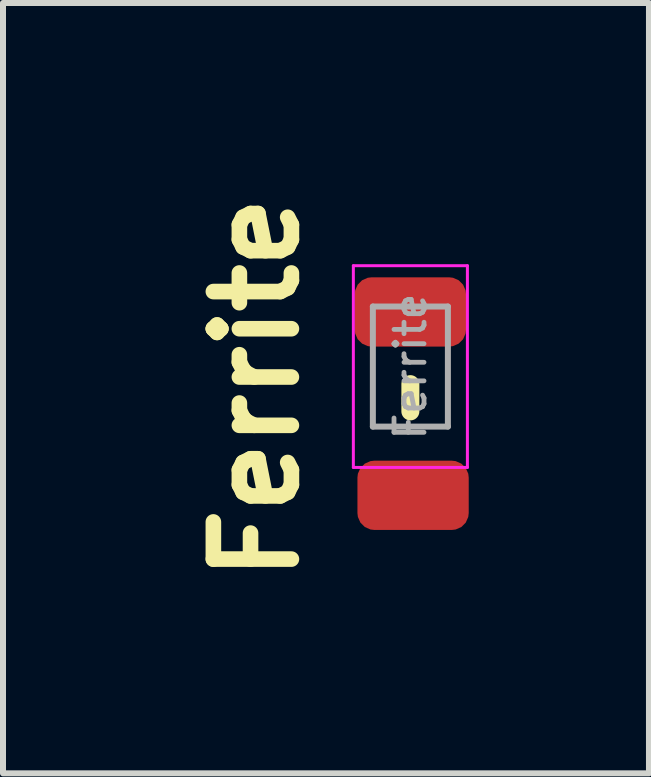
<source format=kicad_pcb>
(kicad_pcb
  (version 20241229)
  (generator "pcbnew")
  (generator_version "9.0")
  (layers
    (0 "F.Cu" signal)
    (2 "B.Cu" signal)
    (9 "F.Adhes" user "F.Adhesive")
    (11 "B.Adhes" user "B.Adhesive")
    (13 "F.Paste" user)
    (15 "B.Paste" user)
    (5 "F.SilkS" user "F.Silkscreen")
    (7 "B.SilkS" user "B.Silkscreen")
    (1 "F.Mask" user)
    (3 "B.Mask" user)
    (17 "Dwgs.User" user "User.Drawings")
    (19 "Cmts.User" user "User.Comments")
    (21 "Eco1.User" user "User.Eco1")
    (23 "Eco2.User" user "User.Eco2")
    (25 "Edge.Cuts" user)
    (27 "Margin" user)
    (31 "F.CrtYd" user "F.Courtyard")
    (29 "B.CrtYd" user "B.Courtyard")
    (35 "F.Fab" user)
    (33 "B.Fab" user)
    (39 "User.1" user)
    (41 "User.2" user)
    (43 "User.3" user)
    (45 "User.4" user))
  (footprint "Ferrite"
    (layer "F.Cu")
    (at 3.777 3.587)
    (property "Reference" "Ferrite" (at -2.56 -0.17 90) (layer "F.SilkS") (effects (font (size 1.3 1.3) (thickness 0.26) (bold yes))))
    (attr smd)
    (fp_line (start 0.01 0.217) (end 0.01 -0.237) (stroke (width 0.3) (type solid)) (layer "F.SilkS"))
    (fp_line (start -0.94 -2.21) (end 0.96 -2.21) (stroke (width 0.05) (type solid)) (layer "F.CrtYd"))
    (fp_line (start -0.94 1.15) (end -0.94 -2.21) (stroke (width 0.05) (type solid)) (layer "F.CrtYd"))
    (fp_line (start 0.96 -2.21) (end 0.96 1.15) (stroke (width 0.05) (type solid)) (layer "F.CrtYd"))
    (fp_line (start 0.96 1.15) (end -0.94 1.15) (stroke (width 0.05) (type solid)) (layer "F.CrtYd"))
    (fp_line (start -0.615 -1.53) (end 0.635 -1.53) (stroke (width 0.1) (type solid)) (layer "F.Fab"))
    (fp_line (start -0.615 0.47) (end -0.615 -1.53) (stroke (width 0.1) (type solid)) (layer "F.Fab"))
    (fp_line (start 0.635 -1.53) (end 0.635 0.47) (stroke (width 0.1) (type solid)) (layer "F.Fab"))
    (fp_line (start 0.635 0.47) (end -0.615 0.47) (stroke (width 0.1) (type solid)) (layer "F.Fab"))
    (fp_text user "${REFERENCE}" (at 0.01 -0.53 90) (layer "F.Fab") (effects (font (size 0.5 0.5) (thickness 0.08))))
    (pad "1" smd roundrect (at 0.055 1.615 90) (size 1.154 1.854) (layers "F.Cu" "F.Mask" "F.Paste") (roundrect_rratio 0.244))
    (pad "2" smd roundrect (at 0.01 -1.44 90) (size 1.154 1.854) (layers "F.Cu" "F.Mask" "F.Paste") (roundrect_rratio 0.244)))
  (gr_rect
    (start -3 -3)
    (end 7.762 9.834)
    (stroke (width 0.1) (type default))
    (fill no)
    (layer "Edge.Cuts")))
</source>
